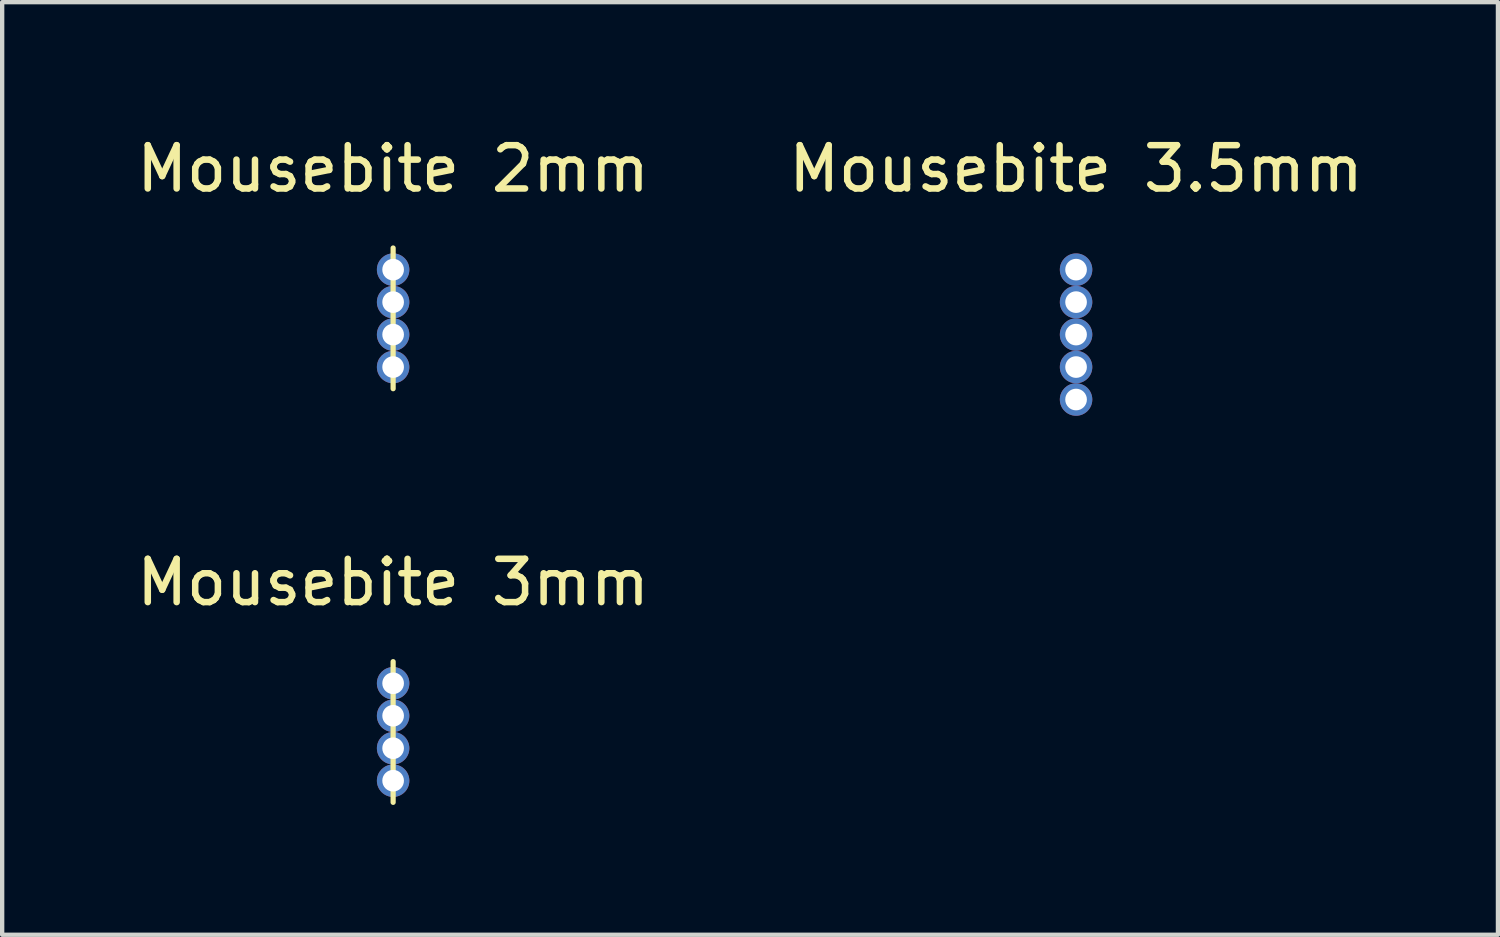
<source format=kicad_pcb>
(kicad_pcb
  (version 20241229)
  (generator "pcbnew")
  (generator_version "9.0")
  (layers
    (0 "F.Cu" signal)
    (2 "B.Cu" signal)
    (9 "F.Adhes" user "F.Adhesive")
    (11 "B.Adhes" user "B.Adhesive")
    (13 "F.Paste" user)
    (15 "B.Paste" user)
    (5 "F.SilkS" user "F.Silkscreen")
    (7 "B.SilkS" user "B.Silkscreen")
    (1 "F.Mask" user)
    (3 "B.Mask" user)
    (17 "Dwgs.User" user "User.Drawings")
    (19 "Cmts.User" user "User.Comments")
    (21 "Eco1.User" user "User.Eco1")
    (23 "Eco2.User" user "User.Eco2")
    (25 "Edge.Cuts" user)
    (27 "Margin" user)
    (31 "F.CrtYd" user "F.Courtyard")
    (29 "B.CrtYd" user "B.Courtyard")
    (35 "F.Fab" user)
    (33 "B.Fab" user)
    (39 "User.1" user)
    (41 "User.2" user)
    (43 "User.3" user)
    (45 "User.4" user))
  (footprint "Mousebite 3mm"
    (layer "F.Cu")
    (at 6.03 12.732)
    (property "Reference" "Mousebite 3mm" (at 0 -2.33 0) (layer "F.SilkS") (effects (font (size 1 1) (thickness 0.15))))
    (attr through_hole)
    (fp_line (start 0 -0.5) (end 0 2.75) (stroke (width 0.12) (type solid)) (layer "F.SilkS"))
    (pad "" thru_hole circle (at 0 0) (size 0.75 0.75) (drill 0.5) (layers "*.Mask"))
    (pad "" thru_hole circle (at 0 0.75) (size 0.75 0.75) (drill 0.5) (layers "*.Mask"))
    (pad "" thru_hole circle (at 0 1.5) (size 0.75 0.75) (drill 0.5) (layers "*.Mask"))
    (pad "" thru_hole circle (at 0 2.25) (size 0.75 0.75) (drill 0.5) (layers "*.Mask")))
  (footprint "Mousebite 3.5mm"
    (layer "F.Cu")
    (at 21.804 3.178)
    (property "Reference" "Mousebite 3.5mm" (at 0 -2.33 0) (layer "F.SilkS") (effects (font (size 1 1) (thickness 0.15))))
    (attr through_hole)
    (pad "" np_thru_hole circle (at 0 0) (size 0.75 0.75) (drill 0.5) (layers "*.Cu" "*.Mask"))
    (pad "" np_thru_hole circle (at 0 0.75) (size 0.75 0.75) (drill 0.5) (layers "*.Cu" "*.Mask"))
    (pad "" np_thru_hole circle (at 0 1.5) (size 0.75 0.75) (drill 0.5) (layers "*.Cu" "*.Mask"))
    (pad "" np_thru_hole circle (at 0 2.25) (size 0.75 0.75) (drill 0.5) (layers "*.Cu" "*.Mask"))
    (pad "" np_thru_hole circle (at 0 3) (size 0.75 0.75) (drill 0.5) (layers "*.Cu" "*.Mask")))
  (footprint "Mousebite 2mm"
    (layer "F.Cu")
    (at 6.03 3.178)
    (property "Reference" "Mousebite 2mm" (at 0 -2.33 0) (layer "F.SilkS") (effects (font (size 1 1) (thickness 0.15))))
    (attr through_hole)
    (fp_line (start 0 -0.5) (end 0 2.75) (stroke (width 0.12) (type solid)) (layer "F.SilkS"))
    (pad "" thru_hole circle (at 0 0) (size 0.75 0.75) (drill 0.5) (layers "*.Mask"))
    (pad "" thru_hole circle (at 0 0.75) (size 0.75 0.75) (drill 0.5) (layers "*.Mask"))
    (pad "" thru_hole circle (at 0 1.5) (size 0.75 0.75) (drill 0.5) (layers "*.Mask"))
    (pad "" thru_hole circle (at 0 2.25) (size 0.75 0.75) (drill 0.5) (layers "*.Mask")))
  (gr_rect
    (start -3 -3)
    (end 31.548 18.541)
    (stroke (width 0.1) (type default))
    (fill no)
    (layer "Edge.Cuts")))
</source>
